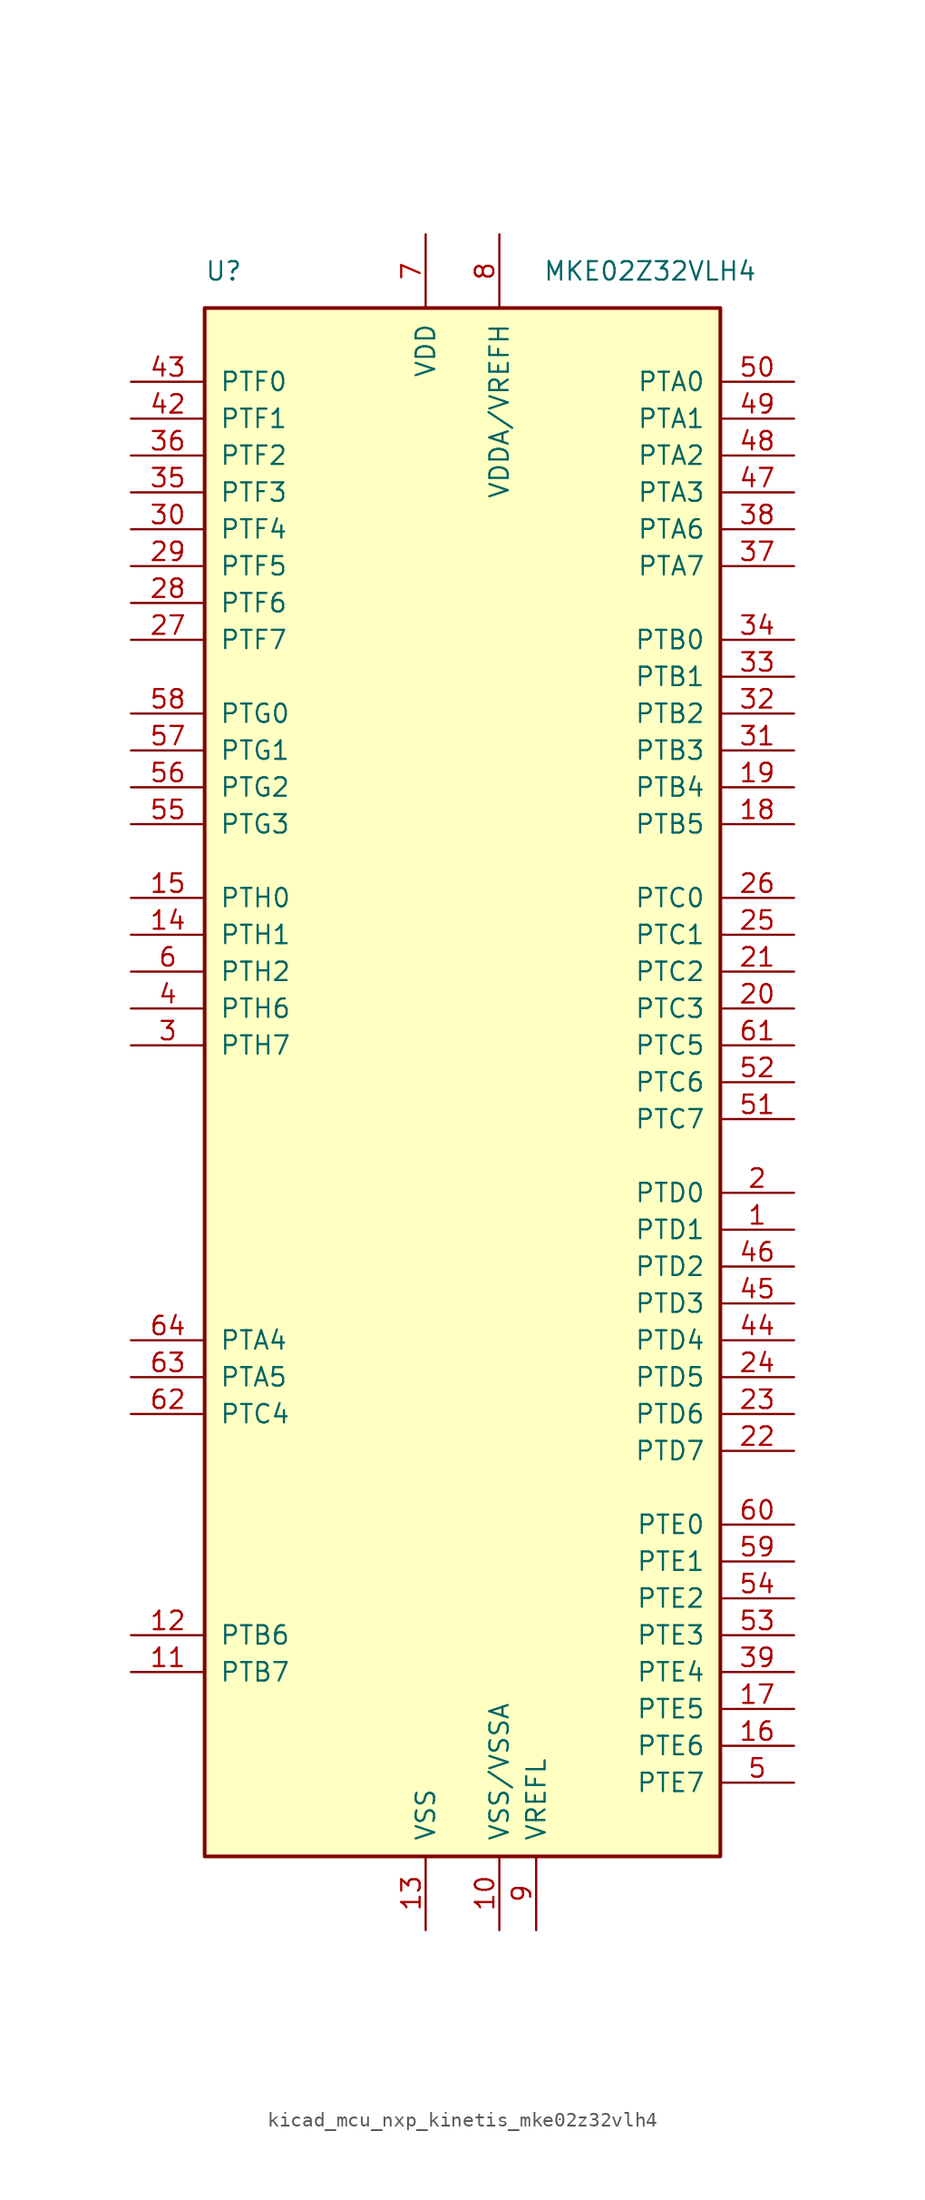
<source format=kicad_sym>
(kicad_symbol_lib
  (version 20220914)
  (generator kicad_symbol_editor)
  (symbol "kicad_mcu_nxp_kinetis_mke02z32vlh4"
    (pin_names
      (offset 1.016))
    (property "Reference" "U"
      (at -17.78 55.88 0)
      (effects (font (size 1.27 1.27)) (justify left)))
    (property "Value" "MKE02Z32VLH4"
      (at 20.32 55.88 0)
      (effects (font (size 1.27 1.27)) (justify right)))
    (symbol "kicad_mcu_nxp_kinetis_mke02z32vlh4_0_1"
      (rectangle (start -17.78 53.34) (end 17.78 -53.34) (stroke (width 0.254) (type default)) (fill (type background))))
    (symbol "kicad_mcu_nxp_kinetis_mke02z32vlh4_1_1"
      (pin bidirectional line (at 22.86 -10.16 180) (length 5.08) (name "PTD1" (effects (font (size 1.27 1.27)))) (number "1" (effects (font (size 1.27 1.27)))))
      (pin power_in line (at 2.54 -58.42 90) (length 5.08) (name "VSS/VSSA" (effects (font (size 1.27 1.27)))) (number "10" (effects (font (size 1.27 1.27)))))
      (pin bidirectional line (at -22.86 -40.64 0) (length 5.08) (name "PTB7" (effects (font (size 1.27 1.27)))) (number "11" (effects (font (size 1.27 1.27)))))
      (pin bidirectional line (at -22.86 -38.1 0) (length 5.08) (name "PTB6" (effects (font (size 1.27 1.27)))) (number "12" (effects (font (size 1.27 1.27)))))
      (pin power_in line (at -2.54 -58.42 90) (length 5.08) (name "VSS" (effects (font (size 1.27 1.27)))) (number "13" (effects (font (size 1.27 1.27)))))
      (pin bidirectional line (at -22.86 10.16 0) (length 5.08) (name "PTH1" (effects (font (size 1.27 1.27)))) (number "14" (effects (font (size 1.27 1.27)))))
      (pin bidirectional line (at -22.86 12.7 0) (length 5.08) (name "PTH0" (effects (font (size 1.27 1.27)))) (number "15" (effects (font (size 1.27 1.27)))))
      (pin bidirectional line (at 22.86 -45.72 180) (length 5.08) (name "PTE6" (effects (font (size 1.27 1.27)))) (number "16" (effects (font (size 1.27 1.27)))))
      (pin bidirectional line (at 22.86 -43.18 180) (length 5.08) (name "PTE5" (effects (font (size 1.27 1.27)))) (number "17" (effects (font (size 1.27 1.27)))))
      (pin bidirectional line (at 22.86 17.78 180) (length 5.08) (name "PTB5" (effects (font (size 1.27 1.27)))) (number "18" (effects (font (size 1.27 1.27)))))
      (pin bidirectional line (at 22.86 20.32 180) (length 5.08) (name "PTB4" (effects (font (size 1.27 1.27)))) (number "19" (effects (font (size 1.27 1.27)))))
      (pin bidirectional line (at 22.86 -7.62 180) (length 5.08) (name "PTD0" (effects (font (size 1.27 1.27)))) (number "2" (effects (font (size 1.27 1.27)))))
      (pin bidirectional line (at 22.86 5.08 180) (length 5.08) (name "PTC3" (effects (font (size 1.27 1.27)))) (number "20" (effects (font (size 1.27 1.27)))))
      (pin bidirectional line (at 22.86 7.62 180) (length 5.08) (name "PTC2" (effects (font (size 1.27 1.27)))) (number "21" (effects (font (size 1.27 1.27)))))
      (pin bidirectional line (at 22.86 -25.4 180) (length 5.08) (name "PTD7" (effects (font (size 1.27 1.27)))) (number "22" (effects (font (size 1.27 1.27)))))
      (pin bidirectional line (at 22.86 -22.86 180) (length 5.08) (name "PTD6" (effects (font (size 1.27 1.27)))) (number "23" (effects (font (size 1.27 1.27)))))
      (pin bidirectional line (at 22.86 -20.32 180) (length 5.08) (name "PTD5" (effects (font (size 1.27 1.27)))) (number "24" (effects (font (size 1.27 1.27)))))
      (pin bidirectional line (at 22.86 10.16 180) (length 5.08) (name "PTC1" (effects (font (size 1.27 1.27)))) (number "25" (effects (font (size 1.27 1.27)))))
      (pin bidirectional line (at 22.86 12.7 180) (length 5.08) (name "PTC0" (effects (font (size 1.27 1.27)))) (number "26" (effects (font (size 1.27 1.27)))))
      (pin bidirectional line (at -22.86 30.48 0) (length 5.08) (name "PTF7" (effects (font (size 1.27 1.27)))) (number "27" (effects (font (size 1.27 1.27)))))
      (pin bidirectional line (at -22.86 33.02 0) (length 5.08) (name "PTF6" (effects (font (size 1.27 1.27)))) (number "28" (effects (font (size 1.27 1.27)))))
      (pin bidirectional line (at -22.86 35.56 0) (length 5.08) (name "PTF5" (effects (font (size 1.27 1.27)))) (number "29" (effects (font (size 1.27 1.27)))))
      (pin bidirectional line (at -22.86 2.54 0) (length 5.08) (name "PTH7" (effects (font (size 1.27 1.27)))) (number "3" (effects (font (size 1.27 1.27)))))
      (pin bidirectional line (at -22.86 38.1 0) (length 5.08) (name "PTF4" (effects (font (size 1.27 1.27)))) (number "30" (effects (font (size 1.27 1.27)))))
      (pin bidirectional line (at 22.86 22.86 180) (length 5.08) (name "PTB3" (effects (font (size 1.27 1.27)))) (number "31" (effects (font (size 1.27 1.27)))))
      (pin bidirectional line (at 22.86 25.4 180) (length 5.08) (name "PTB2" (effects (font (size 1.27 1.27)))) (number "32" (effects (font (size 1.27 1.27)))))
      (pin bidirectional line (at 22.86 27.94 180) (length 5.08) (name "PTB1" (effects (font (size 1.27 1.27)))) (number "33" (effects (font (size 1.27 1.27)))))
      (pin bidirectional line (at 22.86 30.48 180) (length 5.08) (name "PTB0" (effects (font (size 1.27 1.27)))) (number "34" (effects (font (size 1.27 1.27)))))
      (pin bidirectional line (at -22.86 40.64 0) (length 5.08) (name "PTF3" (effects (font (size 1.27 1.27)))) (number "35" (effects (font (size 1.27 1.27)))))
      (pin bidirectional line (at -22.86 43.18 0) (length 5.08) (name "PTF2" (effects (font (size 1.27 1.27)))) (number "36" (effects (font (size 1.27 1.27)))))
      (pin bidirectional line (at 22.86 35.56 180) (length 5.08) (name "PTA7" (effects (font (size 1.27 1.27)))) (number "37" (effects (font (size 1.27 1.27)))))
      (pin bidirectional line (at 22.86 38.1 180) (length 5.08) (name "PTA6" (effects (font (size 1.27 1.27)))) (number "38" (effects (font (size 1.27 1.27)))))
      (pin bidirectional line (at 22.86 -40.64 180) (length 5.08) (name "PTE4" (effects (font (size 1.27 1.27)))) (number "39" (effects (font (size 1.27 1.27)))))
      (pin bidirectional line (at -22.86 5.08 0) (length 5.08) (name "PTH6" (effects (font (size 1.27 1.27)))) (number "4" (effects (font (size 1.27 1.27)))))
      (pin passive line (at -2.54 -58.42 90) (length 5.08) hide (name "VSS" (effects (font (size 1.27 1.27)))) (number "40" (effects (font (size 1.27 1.27)))))
      (pin passive line (at -2.54 58.42 270) (length 5.08) hide (name "VDD" (effects (font (size 1.27 1.27)))) (number "41" (effects (font (size 1.27 1.27)))))
      (pin bidirectional line (at -22.86 45.72 0) (length 5.08) (name "PTF1" (effects (font (size 1.27 1.27)))) (number "42" (effects (font (size 1.27 1.27)))))
      (pin bidirectional line (at -22.86 48.26 0) (length 5.08) (name "PTF0" (effects (font (size 1.27 1.27)))) (number "43" (effects (font (size 1.27 1.27)))))
      (pin bidirectional line (at 22.86 -17.78 180) (length 5.08) (name "PTD4" (effects (font (size 1.27 1.27)))) (number "44" (effects (font (size 1.27 1.27)))))
      (pin bidirectional line (at 22.86 -15.24 180) (length 5.08) (name "PTD3" (effects (font (size 1.27 1.27)))) (number "45" (effects (font (size 1.27 1.27)))))
      (pin bidirectional line (at 22.86 -12.7 180) (length 5.08) (name "PTD2" (effects (font (size 1.27 1.27)))) (number "46" (effects (font (size 1.27 1.27)))))
      (pin bidirectional line (at 22.86 40.64 180) (length 5.08) (name "PTA3" (effects (font (size 1.27 1.27)))) (number "47" (effects (font (size 1.27 1.27)))))
      (pin bidirectional line (at 22.86 43.18 180) (length 5.08) (name "PTA2" (effects (font (size 1.27 1.27)))) (number "48" (effects (font (size 1.27 1.27)))))
      (pin bidirectional line (at 22.86 45.72 180) (length 5.08) (name "PTA1" (effects (font (size 1.27 1.27)))) (number "49" (effects (font (size 1.27 1.27)))))
      (pin bidirectional line (at 22.86 -48.26 180) (length 5.08) (name "PTE7" (effects (font (size 1.27 1.27)))) (number "5" (effects (font (size 1.27 1.27)))))
      (pin bidirectional line (at 22.86 48.26 180) (length 5.08) (name "PTA0" (effects (font (size 1.27 1.27)))) (number "50" (effects (font (size 1.27 1.27)))))
      (pin bidirectional line (at 22.86 -2.54 180) (length 5.08) (name "PTC7" (effects (font (size 1.27 1.27)))) (number "51" (effects (font (size 1.27 1.27)))))
      (pin bidirectional line (at 22.86 0 180) (length 5.08) (name "PTC6" (effects (font (size 1.27 1.27)))) (number "52" (effects (font (size 1.27 1.27)))))
      (pin bidirectional line (at 22.86 -38.1 180) (length 5.08) (name "PTE3" (effects (font (size 1.27 1.27)))) (number "53" (effects (font (size 1.27 1.27)))))
      (pin bidirectional line (at 22.86 -35.56 180) (length 5.08) (name "PTE2" (effects (font (size 1.27 1.27)))) (number "54" (effects (font (size 1.27 1.27)))))
      (pin bidirectional line (at -22.86 17.78 0) (length 5.08) (name "PTG3" (effects (font (size 1.27 1.27)))) (number "55" (effects (font (size 1.27 1.27)))))
      (pin bidirectional line (at -22.86 20.32 0) (length 5.08) (name "PTG2" (effects (font (size 1.27 1.27)))) (number "56" (effects (font (size 1.27 1.27)))))
      (pin bidirectional line (at -22.86 22.86 0) (length 5.08) (name "PTG1" (effects (font (size 1.27 1.27)))) (number "57" (effects (font (size 1.27 1.27)))))
      (pin bidirectional line (at -22.86 25.4 0) (length 5.08) (name "PTG0" (effects (font (size 1.27 1.27)))) (number "58" (effects (font (size 1.27 1.27)))))
      (pin bidirectional line (at 22.86 -33.02 180) (length 5.08) (name "PTE1" (effects (font (size 1.27 1.27)))) (number "59" (effects (font (size 1.27 1.27)))))
      (pin bidirectional line (at -22.86 7.62 0) (length 5.08) (name "PTH2" (effects (font (size 1.27 1.27)))) (number "6" (effects (font (size 1.27 1.27)))))
      (pin bidirectional line (at 22.86 -30.48 180) (length 5.08) (name "PTE0" (effects (font (size 1.27 1.27)))) (number "60" (effects (font (size 1.27 1.27)))))
      (pin bidirectional line (at 22.86 2.54 180) (length 5.08) (name "PTC5" (effects (font (size 1.27 1.27)))) (number "61" (effects (font (size 1.27 1.27)))))
      (pin bidirectional line (at -22.86 -22.86 0) (length 5.08) (name "PTC4" (effects (font (size 1.27 1.27)))) (number "62" (effects (font (size 1.27 1.27)))))
      (pin bidirectional line (at -22.86 -20.32 0) (length 5.08) (name "PTA5" (effects (font (size 1.27 1.27)))) (number "63" (effects (font (size 1.27 1.27)))))
      (pin bidirectional line (at -22.86 -17.78 0) (length 5.08) (name "PTA4" (effects (font (size 1.27 1.27)))) (number "64" (effects (font (size 1.27 1.27)))))
      (pin power_in line (at -2.54 58.42 270) (length 5.08) (name "VDD" (effects (font (size 1.27 1.27)))) (number "7" (effects (font (size 1.27 1.27)))))
      (pin power_in line (at 2.54 58.42 270) (length 5.08) (name "VDDA/VREFH" (effects (font (size 1.27 1.27)))) (number "8" (effects (font (size 1.27 1.27)))))
      (pin power_in line (at 5.08 -58.42 90) (length 5.08) (name "VREFL" (effects (font (size 1.27 1.27)))) (number "9" (effects (font (size 1.27 1.27))))))))
</source>
